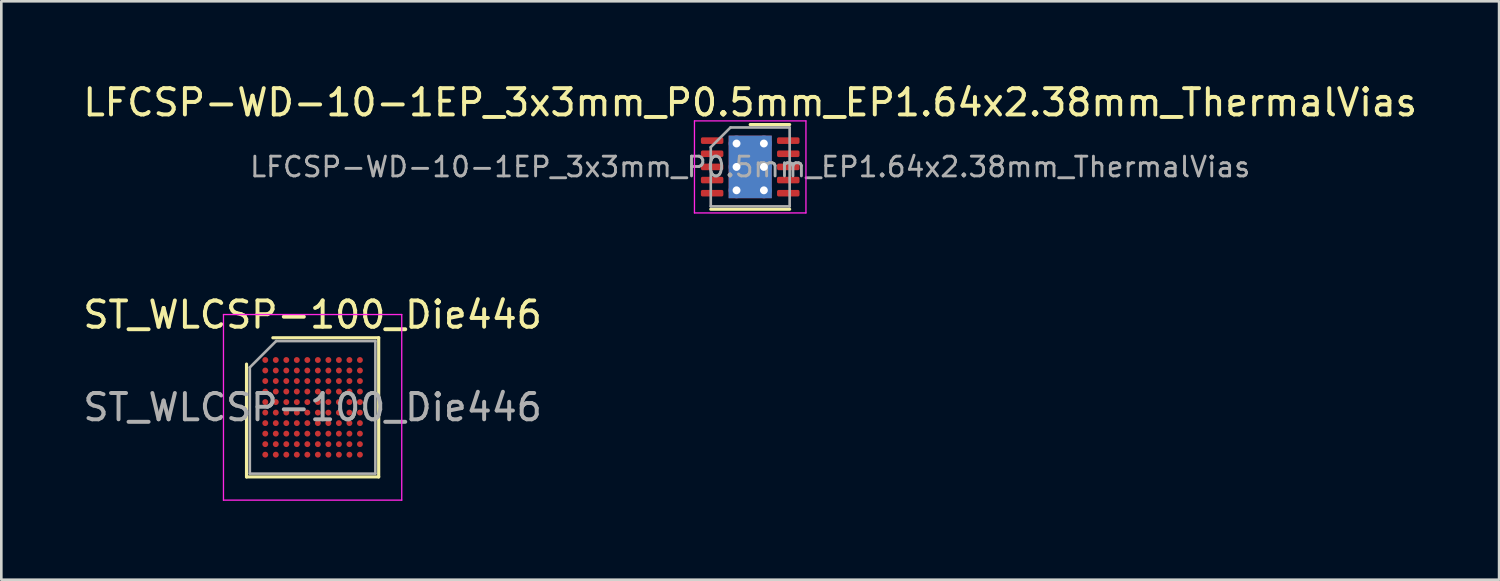
<source format=kicad_pcb>
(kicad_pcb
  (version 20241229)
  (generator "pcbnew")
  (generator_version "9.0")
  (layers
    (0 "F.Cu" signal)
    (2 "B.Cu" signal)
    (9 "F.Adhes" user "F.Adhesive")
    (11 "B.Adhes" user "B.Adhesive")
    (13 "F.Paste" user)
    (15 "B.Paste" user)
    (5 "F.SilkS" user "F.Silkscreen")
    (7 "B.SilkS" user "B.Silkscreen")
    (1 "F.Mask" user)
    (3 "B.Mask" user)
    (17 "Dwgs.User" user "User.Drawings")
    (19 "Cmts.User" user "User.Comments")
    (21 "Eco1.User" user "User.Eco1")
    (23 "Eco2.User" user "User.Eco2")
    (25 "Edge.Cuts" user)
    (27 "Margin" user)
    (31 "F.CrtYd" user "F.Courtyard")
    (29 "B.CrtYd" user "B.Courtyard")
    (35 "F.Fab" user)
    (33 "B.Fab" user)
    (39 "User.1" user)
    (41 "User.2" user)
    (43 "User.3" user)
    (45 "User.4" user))
  (footprint "LFCSP-WD-10-1EP_3x3mm_P0.5mm_EP1.64x2.38mm_ThermalVias"
    (layer "F.Cu")
    (at 25.482 3.298)
    (property "Reference" "LFCSP-WD-10-1EP_3x3mm_P0.5mm_EP1.64x2.38mm_ThermalVias" (at 0 -2.45 0) (layer "F.SilkS") (effects (font (size 1 1) (thickness 0.15))))
    (attr smd)
    (fp_line (start -1.5 1.61) (end 1.5 1.61) (stroke (width 0.12) (type solid)) (layer "F.SilkS"))
    (fp_line (start 0 -1.61) (end 1.5 -1.61) (stroke (width 0.12) (type solid)) (layer "F.SilkS"))
    (fp_line (start -2.12 -1.75) (end -2.12 1.75) (stroke (width 0.05) (type solid)) (layer "F.CrtYd"))
    (fp_line (start -2.12 1.75) (end 2.12 1.75) (stroke (width 0.05) (type solid)) (layer "F.CrtYd"))
    (fp_line (start 2.12 -1.75) (end -2.12 -1.75) (stroke (width 0.05) (type solid)) (layer "F.CrtYd"))
    (fp_line (start 2.12 1.75) (end 2.12 -1.75) (stroke (width 0.05) (type solid)) (layer "F.CrtYd"))
    (fp_line (start -1.5 -0.75) (end -0.75 -1.5) (stroke (width 0.1) (type solid)) (layer "F.Fab"))
    (fp_line (start -1.5 1.5) (end -1.5 -0.75) (stroke (width 0.1) (type solid)) (layer "F.Fab"))
    (fp_line (start -0.75 -1.5) (end 1.5 -1.5) (stroke (width 0.1) (type solid)) (layer "F.Fab"))
    (fp_line (start 1.5 -1.5) (end 1.5 1.5) (stroke (width 0.1) (type solid)) (layer "F.Fab"))
    (fp_line (start 1.5 1.5) (end -1.5 1.5) (stroke (width 0.1) (type solid)) (layer "F.Fab"))
    (fp_text user "${REFERENCE}" (at 0 0 0) (layer "F.Fab") (effects (font (size 0.75 0.75) (thickness 0.11))))
    (pad "" smd roundrect (at -0.41 -0.79) (size 0.71 0.69) (layers "F.Paste") (roundrect_rratio 0.25))
    (pad "" smd roundrect (at -0.41 0) (size 0.71 0.69) (layers "F.Paste") (roundrect_rratio 0.25))
    (pad "" smd roundrect (at -0.41 0.79) (size 0.71 0.69) (layers "F.Paste") (roundrect_rratio 0.25))
    (pad "" smd roundrect (at 0.41 -0.79) (size 0.71 0.69) (layers "F.Paste") (roundrect_rratio 0.25))
    (pad "" smd roundrect (at 0.41 0) (size 0.71 0.69) (layers "F.Paste") (roundrect_rratio 0.25))
    (pad "" smd roundrect (at 0.41 0.79) (size 0.71 0.69) (layers "F.Paste") (roundrect_rratio 0.25))
    (pad "1" smd roundrect (at -1.448 -1) (size 0.855 0.25) (layers "F.Cu" "F.Mask" "F.Paste") (roundrect_rratio 0.25))
    (pad "2" smd roundrect (at -1.448 -0.5) (size 0.855 0.25) (layers "F.Cu" "F.Mask" "F.Paste") (roundrect_rratio 0.25))
    (pad "3" smd roundrect (at -1.448 0) (size 0.855 0.25) (layers "F.Cu" "F.Mask" "F.Paste") (roundrect_rratio 0.25))
    (pad "4" smd roundrect (at -1.448 0.5) (size 0.855 0.25) (layers "F.Cu" "F.Mask" "F.Paste") (roundrect_rratio 0.25))
    (pad "5" smd roundrect (at -1.448 1) (size 0.855 0.25) (layers "F.Cu" "F.Mask" "F.Paste") (roundrect_rratio 0.25))
    (pad "6" smd roundrect (at 1.448 1) (size 0.855 0.25) (layers "F.Cu" "F.Mask" "F.Paste") (roundrect_rratio 0.25))
    (pad "7" smd roundrect (at 1.448 0.5) (size 0.855 0.25) (layers "F.Cu" "F.Mask" "F.Paste") (roundrect_rratio 0.25))
    (pad "8" smd roundrect (at 1.448 0) (size 0.855 0.25) (layers "F.Cu" "F.Mask" "F.Paste") (roundrect_rratio 0.25))
    (pad "9" smd roundrect (at 1.448 -0.5) (size 0.855 0.25) (layers "F.Cu" "F.Mask" "F.Paste") (roundrect_rratio 0.25))
    (pad "10" smd roundrect (at 1.448 -1) (size 0.855 0.25) (layers "F.Cu" "F.Mask" "F.Paste") (roundrect_rratio 0.25))
    (pad "11" thru_hole circle (at -0.52 -0.89) (size 0.6 0.6) (drill 0.3) (layers "*.Cu"))
    (pad "11" thru_hole circle (at -0.52 0) (size 0.6 0.6) (drill 0.3) (layers "*.Cu"))
    (pad "11" thru_hole circle (at -0.52 0.89) (size 0.6 0.6) (drill 0.3) (layers "*.Cu"))
    (pad "11" smd rect (at 0 0) (size 1.64 2.38) (layers "F.Cu" "F.Mask"))
    (pad "11" smd rect (at 0 0) (size 1.64 2.38) (layers "B.Cu"))
    (pad "11" thru_hole circle (at 0.52 -0.89) (size 0.6 0.6) (drill 0.3) (layers "*.Cu"))
    (pad "11" thru_hole circle (at 0.52 0) (size 0.6 0.6) (drill 0.3) (layers "*.Cu"))
    (pad "11" thru_hole circle (at 0.52 0.89) (size 0.6 0.6) (drill 0.3) (layers "*.Cu")))
  (footprint "ST_WLCSP-100_Die446"
    (layer "F.Cu")
    (at 8.839 12.442)
    (property "Reference" "ST_WLCSP-100_Die446" (at 0 -3.521 0) (layer "F.SilkS") (effects (font (size 1 1) (thickness 0.15))))
    (attr smd)
    (fp_line (start -2.513 2.646) (end -2.513 -1.645) (stroke (width 0.12) (type solid)) (layer "F.SilkS"))
    (fp_line (start -1.512 -2.646) (end 2.513 -2.646) (stroke (width 0.12) (type solid)) (layer "F.SilkS"))
    (fp_line (start 2.513 -2.646) (end 2.513 2.646) (stroke (width 0.12) (type solid)) (layer "F.SilkS"))
    (fp_line (start 2.513 2.646) (end -2.513 2.646) (stroke (width 0.12) (type solid)) (layer "F.SilkS"))
    (fp_line (start -3.39 -3.53) (end -3.39 3.53) (stroke (width 0.05) (type solid)) (layer "F.CrtYd"))
    (fp_line (start -3.39 3.53) (end 3.39 3.53) (stroke (width 0.05) (type solid)) (layer "F.CrtYd"))
    (fp_line (start 3.39 -3.53) (end -3.39 -3.53) (stroke (width 0.05) (type solid)) (layer "F.CrtYd"))
    (fp_line (start 3.39 3.53) (end 3.39 -3.53) (stroke (width 0.05) (type solid)) (layer "F.CrtYd"))
    (fp_line (start -2.388 -1.52) (end -1.387 -2.521) (stroke (width 0.1) (type solid)) (layer "F.Fab"))
    (fp_line (start -2.388 2.521) (end -2.388 -1.52) (stroke (width 0.1) (type solid)) (layer "F.Fab"))
    (fp_line (start -1.387 -2.521) (end 2.388 -2.521) (stroke (width 0.1) (type solid)) (layer "F.Fab"))
    (fp_line (start 2.388 -2.521) (end 2.388 2.521) (stroke (width 0.1) (type solid)) (layer "F.Fab"))
    (fp_line (start 2.388 2.521) (end -2.388 2.521) (stroke (width 0.1) (type solid)) (layer "F.Fab"))
    (fp_text user "${REFERENCE}" (at 0 0 0) (layer "F.Fab") (effects (font (size 1 1) (thickness 0.15))))
    (pad "A1" smd circle (at -1.8 -1.8) (size 0.225 0.225) (layers "F.Cu" "F.Mask" "F.Paste"))
    (pad "A2" smd circle (at -1.4 -1.8) (size 0.225 0.225) (layers "F.Cu" "F.Mask" "F.Paste"))
    (pad "A3" smd circle (at -1 -1.8) (size 0.225 0.225) (layers "F.Cu" "F.Mask" "F.Paste"))
    (pad "A4" smd circle (at -0.6 -1.8) (size 0.225 0.225) (layers "F.Cu" "F.Mask" "F.Paste"))
    (pad "A5" smd circle (at -0.2 -1.8) (size 0.225 0.225) (layers "F.Cu" "F.Mask" "F.Paste"))
    (pad "A6" smd circle (at 0.2 -1.8) (size 0.225 0.225) (layers "F.Cu" "F.Mask" "F.Paste"))
    (pad "A7" smd circle (at 0.6 -1.8) (size 0.225 0.225) (layers "F.Cu" "F.Mask" "F.Paste"))
    (pad "A8" smd circle (at 1 -1.8) (size 0.225 0.225) (layers "F.Cu" "F.Mask" "F.Paste"))
    (pad "A9" smd circle (at 1.4 -1.8) (size 0.225 0.225) (layers "F.Cu" "F.Mask" "F.Paste"))
    (pad "A10" smd circle (at 1.8 -1.8) (size 0.225 0.225) (layers "F.Cu" "F.Mask" "F.Paste"))
    (pad "B1" smd circle (at -1.8 -1.4) (size 0.225 0.225) (layers "F.Cu" "F.Mask" "F.Paste"))
    (pad "B2" smd circle (at -1.4 -1.4) (size 0.225 0.225) (layers "F.Cu" "F.Mask" "F.Paste"))
    (pad "B3" smd circle (at -1 -1.4) (size 0.225 0.225) (layers "F.Cu" "F.Mask" "F.Paste"))
    (pad "B4" smd circle (at -0.6 -1.4) (size 0.225 0.225) (layers "F.Cu" "F.Mask" "F.Paste"))
    (pad "B5" smd circle (at -0.2 -1.4) (size 0.225 0.225) (layers "F.Cu" "F.Mask" "F.Paste"))
    (pad "B6" smd circle (at 0.2 -1.4) (size 0.225 0.225) (layers "F.Cu" "F.Mask" "F.Paste"))
    (pad "B7" smd circle (at 0.6 -1.4) (size 0.225 0.225) (layers "F.Cu" "F.Mask" "F.Paste"))
    (pad "B8" smd circle (at 1 -1.4) (size 0.225 0.225) (layers "F.Cu" "F.Mask" "F.Paste"))
    (pad "B9" smd circle (at 1.4 -1.4) (size 0.225 0.225) (layers "F.Cu" "F.Mask" "F.Paste"))
    (pad "B10" smd circle (at 1.8 -1.4) (size 0.225 0.225) (layers "F.Cu" "F.Mask" "F.Paste"))
    (pad "C1" smd circle (at -1.8 -1) (size 0.225 0.225) (layers "F.Cu" "F.Mask" "F.Paste"))
    (pad "C2" smd circle (at -1.4 -1) (size 0.225 0.225) (layers "F.Cu" "F.Mask" "F.Paste"))
    (pad "C3" smd circle (at -1 -1) (size 0.225 0.225) (layers "F.Cu" "F.Mask" "F.Paste"))
    (pad "C4" smd circle (at -0.6 -1) (size 0.225 0.225) (layers "F.Cu" "F.Mask" "F.Paste"))
    (pad "C5" smd circle (at -0.2 -1) (size 0.225 0.225) (layers "F.Cu" "F.Mask" "F.Paste"))
    (pad "C6" smd circle (at 0.2 -1) (size 0.225 0.225) (layers "F.Cu" "F.Mask" "F.Paste"))
    (pad "C7" smd circle (at 0.6 -1) (size 0.225 0.225) (layers "F.Cu" "F.Mask" "F.Paste"))
    (pad "C8" smd circle (at 1 -1) (size 0.225 0.225) (layers "F.Cu" "F.Mask" "F.Paste"))
    (pad "C9" smd circle (at 1.4 -1) (size 0.225 0.225) (layers "F.Cu" "F.Mask" "F.Paste"))
    (pad "C10" smd circle (at 1.8 -1) (size 0.225 0.225) (layers "F.Cu" "F.Mask" "F.Paste"))
    (pad "D1" smd circle (at -1.8 -0.6) (size 0.225 0.225) (layers "F.Cu" "F.Mask" "F.Paste"))
    (pad "D2" smd circle (at -1.4 -0.6) (size 0.225 0.225) (layers "F.Cu" "F.Mask" "F.Paste"))
    (pad "D3" smd circle (at -1 -0.6) (size 0.225 0.225) (layers "F.Cu" "F.Mask" "F.Paste"))
    (pad "D4" smd circle (at -0.6 -0.6) (size 0.225 0.225) (layers "F.Cu" "F.Mask" "F.Paste"))
    (pad "D5" smd circle (at -0.2 -0.6) (size 0.225 0.225) (layers "F.Cu" "F.Mask" "F.Paste"))
    (pad "D6" smd circle (at 0.2 -0.6) (size 0.225 0.225) (layers "F.Cu" "F.Mask" "F.Paste"))
    (pad "D7" smd circle (at 0.6 -0.6) (size 0.225 0.225) (layers "F.Cu" "F.Mask" "F.Paste"))
    (pad "D8" smd circle (at 1 -0.6) (size 0.225 0.225) (layers "F.Cu" "F.Mask" "F.Paste"))
    (pad "D9" smd circle (at 1.4 -0.6) (size 0.225 0.225) (layers "F.Cu" "F.Mask" "F.Paste"))
    (pad "D10" smd circle (at 1.8 -0.6) (size 0.225 0.225) (layers "F.Cu" "F.Mask" "F.Paste"))
    (pad "E1" smd circle (at -1.8 -0.2) (size 0.225 0.225) (layers "F.Cu" "F.Mask" "F.Paste"))
    (pad "E2" smd circle (at -1.4 -0.2) (size 0.225 0.225) (layers "F.Cu" "F.Mask" "F.Paste"))
    (pad "E3" smd circle (at -1 -0.2) (size 0.225 0.225) (layers "F.Cu" "F.Mask" "F.Paste"))
    (pad "E4" smd circle (at -0.6 -0.2) (size 0.225 0.225) (layers "F.Cu" "F.Mask" "F.Paste"))
    (pad "E5" smd circle (at -0.2 -0.2) (size 0.225 0.225) (layers "F.Cu" "F.Mask" "F.Paste"))
    (pad "E6" smd circle (at 0.2 -0.2) (size 0.225 0.225) (layers "F.Cu" "F.Mask" "F.Paste"))
    (pad "E7" smd circle (at 0.6 -0.2) (size 0.225 0.225) (layers "F.Cu" "F.Mask" "F.Paste"))
    (pad "E8" smd circle (at 1 -0.2) (size 0.225 0.225) (layers "F.Cu" "F.Mask" "F.Paste"))
    (pad "E9" smd circle (at 1.4 -0.2) (size 0.225 0.225) (layers "F.Cu" "F.Mask" "F.Paste"))
    (pad "E10" smd circle (at 1.8 -0.2) (size 0.225 0.225) (layers "F.Cu" "F.Mask" "F.Paste"))
    (pad "F1" smd circle (at -1.8 0.2) (size 0.225 0.225) (layers "F.Cu" "F.Mask" "F.Paste"))
    (pad "F2" smd circle (at -1.4 0.2) (size 0.225 0.225) (layers "F.Cu" "F.Mask" "F.Paste"))
    (pad "F3" smd circle (at -1 0.2) (size 0.225 0.225) (layers "F.Cu" "F.Mask" "F.Paste"))
    (pad "F4" smd circle (at -0.6 0.2) (size 0.225 0.225) (layers "F.Cu" "F.Mask" "F.Paste"))
    (pad "F5" smd circle (at -0.2 0.2) (size 0.225 0.225) (layers "F.Cu" "F.Mask" "F.Paste"))
    (pad "F6" smd circle (at 0.2 0.2) (size 0.225 0.225) (layers "F.Cu" "F.Mask" "F.Paste"))
    (pad "F7" smd circle (at 0.6 0.2) (size 0.225 0.225) (layers "F.Cu" "F.Mask" "F.Paste"))
    (pad "F8" smd circle (at 1 0.2) (size 0.225 0.225) (layers "F.Cu" "F.Mask" "F.Paste"))
    (pad "F9" smd circle (at 1.4 0.2) (size 0.225 0.225) (layers "F.Cu" "F.Mask" "F.Paste"))
    (pad "F10" smd circle (at 1.8 0.2) (size 0.225 0.225) (layers "F.Cu" "F.Mask" "F.Paste"))
    (pad "G1" smd circle (at -1.8 0.6) (size 0.225 0.225) (layers "F.Cu" "F.Mask" "F.Paste"))
    (pad "G2" smd circle (at -1.4 0.6) (size 0.225 0.225) (layers "F.Cu" "F.Mask" "F.Paste"))
    (pad "G3" smd circle (at -1 0.6) (size 0.225 0.225) (layers "F.Cu" "F.Mask" "F.Paste"))
    (pad "G4" smd circle (at -0.6 0.6) (size 0.225 0.225) (layers "F.Cu" "F.Mask" "F.Paste"))
    (pad "G5" smd circle (at -0.2 0.6) (size 0.225 0.225) (layers "F.Cu" "F.Mask" "F.Paste"))
    (pad "G6" smd circle (at 0.2 0.6) (size 0.225 0.225) (layers "F.Cu" "F.Mask" "F.Paste"))
    (pad "G7" smd circle (at 0.6 0.6) (size 0.225 0.225) (layers "F.Cu" "F.Mask" "F.Paste"))
    (pad "G8" smd circle (at 1 0.6) (size 0.225 0.225) (layers "F.Cu" "F.Mask" "F.Paste"))
    (pad "G9" smd circle (at 1.4 0.6) (size 0.225 0.225) (layers "F.Cu" "F.Mask" "F.Paste"))
    (pad "G10" smd circle (at 1.8 0.6) (size 0.225 0.225) (layers "F.Cu" "F.Mask" "F.Paste"))
    (pad "H1" smd circle (at -1.8 1) (size 0.225 0.225) (layers "F.Cu" "F.Mask" "F.Paste"))
    (pad "H2" smd circle (at -1.4 1) (size 0.225 0.225) (layers "F.Cu" "F.Mask" "F.Paste"))
    (pad "H3" smd circle (at -1 1) (size 0.225 0.225) (layers "F.Cu" "F.Mask" "F.Paste"))
    (pad "H4" smd circle (at -0.6 1) (size 0.225 0.225) (layers "F.Cu" "F.Mask" "F.Paste"))
    (pad "H5" smd circle (at -0.2 1) (size 0.225 0.225) (layers "F.Cu" "F.Mask" "F.Paste"))
    (pad "H6" smd circle (at 0.2 1) (size 0.225 0.225) (layers "F.Cu" "F.Mask" "F.Paste"))
    (pad "H7" smd circle (at 0.6 1) (size 0.225 0.225) (layers "F.Cu" "F.Mask" "F.Paste"))
    (pad "H8" smd circle (at 1 1) (size 0.225 0.225) (layers "F.Cu" "F.Mask" "F.Paste"))
    (pad "H9" smd circle (at 1.4 1) (size 0.225 0.225) (layers "F.Cu" "F.Mask" "F.Paste"))
    (pad "H10" smd circle (at 1.8 1) (size 0.225 0.225) (layers "F.Cu" "F.Mask" "F.Paste"))
    (pad "J1" smd circle (at -1.8 1.4) (size 0.225 0.225) (layers "F.Cu" "F.Mask" "F.Paste"))
    (pad "J2" smd circle (at -1.4 1.4) (size 0.225 0.225) (layers "F.Cu" "F.Mask" "F.Paste"))
    (pad "J3" smd circle (at -1 1.4) (size 0.225 0.225) (layers "F.Cu" "F.Mask" "F.Paste"))
    (pad "J4" smd circle (at -0.6 1.4) (size 0.225 0.225) (layers "F.Cu" "F.Mask" "F.Paste"))
    (pad "J5" smd circle (at -0.2 1.4) (size 0.225 0.225) (layers "F.Cu" "F.Mask" "F.Paste"))
    (pad "J6" smd circle (at 0.2 1.4) (size 0.225 0.225) (layers "F.Cu" "F.Mask" "F.Paste"))
    (pad "J7" smd circle (at 0.6 1.4) (size 0.225 0.225) (layers "F.Cu" "F.Mask" "F.Paste"))
    (pad "J8" smd circle (at 1 1.4) (size 0.225 0.225) (layers "F.Cu" "F.Mask" "F.Paste"))
    (pad "J9" smd circle (at 1.4 1.4) (size 0.225 0.225) (layers "F.Cu" "F.Mask" "F.Paste"))
    (pad "J10" smd circle (at 1.8 1.4) (size 0.225 0.225) (layers "F.Cu" "F.Mask" "F.Paste"))
    (pad "K1" smd circle (at -1.8 1.8) (size 0.225 0.225) (layers "F.Cu" "F.Mask" "F.Paste"))
    (pad "K2" smd circle (at -1.4 1.8) (size 0.225 0.225) (layers "F.Cu" "F.Mask" "F.Paste"))
    (pad "K3" smd circle (at -1 1.8) (size 0.225 0.225) (layers "F.Cu" "F.Mask" "F.Paste"))
    (pad "K4" smd circle (at -0.6 1.8) (size 0.225 0.225) (layers "F.Cu" "F.Mask" "F.Paste"))
    (pad "K5" smd circle (at -0.2 1.8) (size 0.225 0.225) (layers "F.Cu" "F.Mask" "F.Paste"))
    (pad "K6" smd circle (at 0.2 1.8) (size 0.225 0.225) (layers "F.Cu" "F.Mask" "F.Paste"))
    (pad "K7" smd circle (at 0.6 1.8) (size 0.225 0.225) (layers "F.Cu" "F.Mask" "F.Paste"))
    (pad "K8" smd circle (at 1 1.8) (size 0.225 0.225) (layers "F.Cu" "F.Mask" "F.Paste"))
    (pad "K9" smd circle (at 1.4 1.8) (size 0.225 0.225) (layers "F.Cu" "F.Mask" "F.Paste"))
    (pad "K10" smd circle (at 1.8 1.8) (size 0.225 0.225) (layers "F.Cu" "F.Mask" "F.Paste")))
  (gr_rect
    (start -3 -3)
    (end 53.964 18.997)
    (stroke (width 0.1) (type default))
    (fill no)
    (layer "Edge.Cuts")))
</source>
